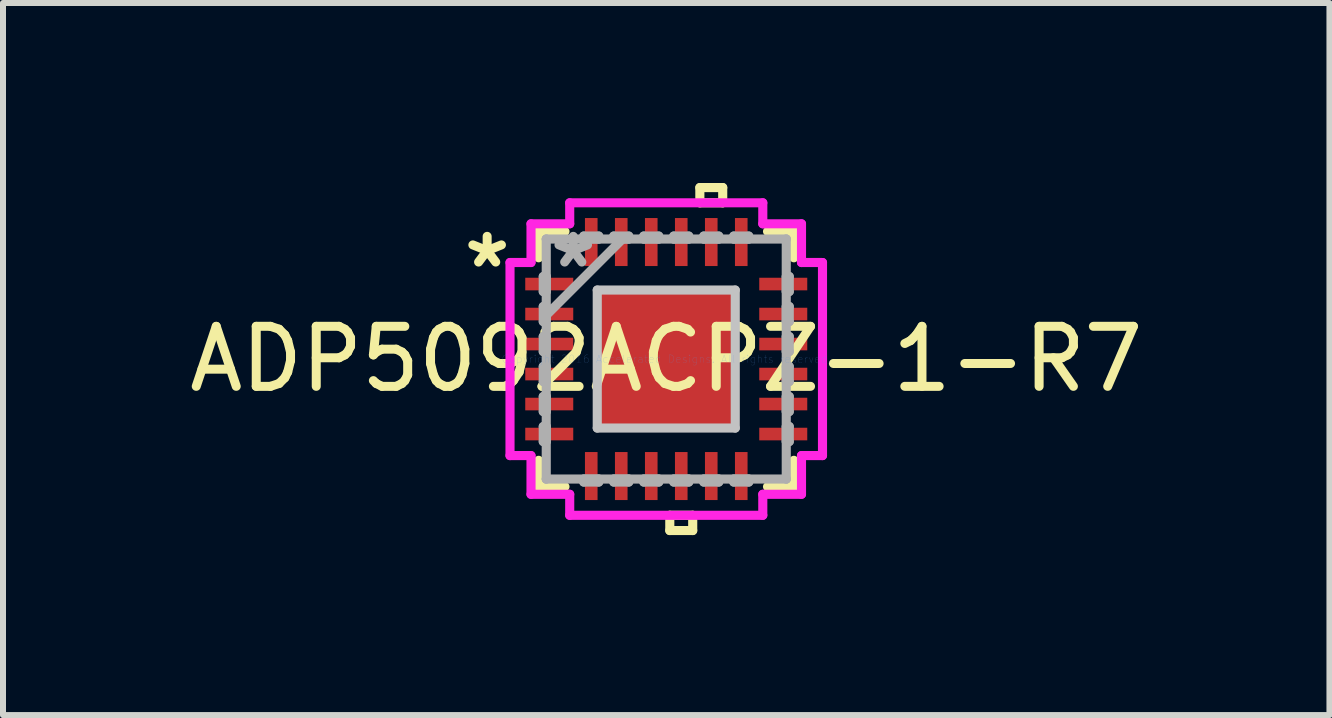
<source format=kicad_pcb>
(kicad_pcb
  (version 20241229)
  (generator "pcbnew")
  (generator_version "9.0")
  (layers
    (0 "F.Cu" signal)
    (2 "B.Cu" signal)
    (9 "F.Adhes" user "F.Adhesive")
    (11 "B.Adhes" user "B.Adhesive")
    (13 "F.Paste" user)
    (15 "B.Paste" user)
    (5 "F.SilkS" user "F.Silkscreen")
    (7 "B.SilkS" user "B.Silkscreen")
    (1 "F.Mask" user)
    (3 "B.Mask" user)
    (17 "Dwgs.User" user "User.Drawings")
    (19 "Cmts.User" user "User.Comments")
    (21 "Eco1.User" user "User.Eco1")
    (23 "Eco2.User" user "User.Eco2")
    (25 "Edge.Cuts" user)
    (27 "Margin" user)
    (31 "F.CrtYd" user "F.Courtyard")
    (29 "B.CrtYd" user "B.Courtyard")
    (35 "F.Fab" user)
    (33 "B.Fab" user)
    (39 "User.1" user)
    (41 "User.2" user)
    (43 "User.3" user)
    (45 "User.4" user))
  (footprint "ADP5092ACPZ-1-R7"
    (layer "F.Cu")
    (at 8.054 2.934)
    (property "Reference" "ADP5092ACPZ-1-R7" (at 0 0 0) (layer "F.SilkS") (effects (font (size 1 1) (thickness 0.15))))
    (attr through_hole)
    (fp_line (start -2.127 -2.127) (end -2.127 -1.688) (stroke (width 0.152) (type solid)) (layer "F.SilkS"))
    (fp_line (start -2.127 1.688) (end -2.127 2.127) (stroke (width 0.152) (type solid)) (layer "F.SilkS"))
    (fp_line (start -2.127 2.127) (end -1.688 2.127) (stroke (width 0.152) (type solid)) (layer "F.SilkS"))
    (fp_line (start -1.688 -2.127) (end -2.127 -2.127) (stroke (width 0.152) (type solid)) (layer "F.SilkS"))
    (fp_line (start 0.059 2.604) (end 0.059 2.858) (stroke (width 0.152) (type solid)) (layer "F.SilkS"))
    (fp_line (start 0.059 2.858) (end 0.441 2.858) (stroke (width 0.152) (type solid)) (layer "F.SilkS"))
    (fp_line (start 0.441 2.604) (end 0.059 2.604) (stroke (width 0.152) (type solid)) (layer "F.SilkS"))
    (fp_line (start 0.441 2.858) (end 0.441 2.604) (stroke (width 0.152) (type solid)) (layer "F.SilkS"))
    (fp_line (start 0.56 -2.858) (end 0.941 -2.858) (stroke (width 0.152) (type solid)) (layer "F.SilkS"))
    (fp_line (start 0.56 -2.604) (end 0.56 -2.858) (stroke (width 0.152) (type solid)) (layer "F.SilkS"))
    (fp_line (start 0.941 -2.858) (end 0.941 -2.604) (stroke (width 0.152) (type solid)) (layer "F.SilkS"))
    (fp_line (start 0.941 -2.604) (end 0.56 -2.604) (stroke (width 0.152) (type solid)) (layer "F.SilkS"))
    (fp_line (start 1.688 2.127) (end 2.127 2.127) (stroke (width 0.152) (type solid)) (layer "F.SilkS"))
    (fp_line (start 2.127 -2.127) (end 1.688 -2.127) (stroke (width 0.152) (type solid)) (layer "F.SilkS"))
    (fp_line (start 2.127 -1.688) (end 2.127 -2.127) (stroke (width 0.152) (type solid)) (layer "F.SilkS"))
    (fp_line (start 2.127 2.127) (end 2.127 1.688) (stroke (width 0.152) (type solid)) (layer "F.SilkS"))
    (fp_line (start -1.15 -1.15) (end -1.15 1.15) (stroke (width 0.152) (type solid)) (layer "Dwgs.User"))
    (fp_line (start -1.15 1.15) (end 1.15 1.15) (stroke (width 0.152) (type solid)) (layer "Dwgs.User"))
    (fp_line (start 1.15 -1.15) (end -1.15 -1.15) (stroke (width 0.152) (type solid)) (layer "Dwgs.User"))
    (fp_line (start 1.15 1.15) (end 1.15 -1.15) (stroke (width 0.152) (type solid)) (layer "Dwgs.User"))
    (fp_line (start -2.604 -1.609) (end -2.254 -1.609) (stroke (width 0.152) (type solid)) (layer "F.CrtYd"))
    (fp_line (start -2.604 1.609) (end -2.604 -1.609) (stroke (width 0.152) (type solid)) (layer "F.CrtYd"))
    (fp_line (start -2.254 -2.254) (end -1.609 -2.254) (stroke (width 0.152) (type solid)) (layer "F.CrtYd"))
    (fp_line (start -2.254 -1.609) (end -2.254 -2.254) (stroke (width 0.152) (type solid)) (layer "F.CrtYd"))
    (fp_line (start -2.254 1.609) (end -2.604 1.609) (stroke (width 0.152) (type solid)) (layer "F.CrtYd"))
    (fp_line (start -2.254 2.254) (end -2.254 1.609) (stroke (width 0.152) (type solid)) (layer "F.CrtYd"))
    (fp_line (start -1.609 -2.604) (end 1.609 -2.604) (stroke (width 0.152) (type solid)) (layer "F.CrtYd"))
    (fp_line (start -1.609 -2.254) (end -1.609 -2.604) (stroke (width 0.152) (type solid)) (layer "F.CrtYd"))
    (fp_line (start -1.609 2.254) (end -2.254 2.254) (stroke (width 0.152) (type solid)) (layer "F.CrtYd"))
    (fp_line (start -1.609 2.604) (end -1.609 2.254) (stroke (width 0.152) (type solid)) (layer "F.CrtYd"))
    (fp_line (start 1.609 -2.604) (end 1.609 -2.254) (stroke (width 0.152) (type solid)) (layer "F.CrtYd"))
    (fp_line (start 1.609 -2.254) (end 2.254 -2.254) (stroke (width 0.152) (type solid)) (layer "F.CrtYd"))
    (fp_line (start 1.609 2.254) (end 1.609 2.604) (stroke (width 0.152) (type solid)) (layer "F.CrtYd"))
    (fp_line (start 1.609 2.604) (end -1.609 2.604) (stroke (width 0.152) (type solid)) (layer "F.CrtYd"))
    (fp_line (start 2.254 -2.254) (end 2.254 -1.609) (stroke (width 0.152) (type solid)) (layer "F.CrtYd"))
    (fp_line (start 2.254 -1.609) (end 2.604 -1.609) (stroke (width 0.152) (type solid)) (layer "F.CrtYd"))
    (fp_line (start 2.254 1.609) (end 2.254 2.254) (stroke (width 0.152) (type solid)) (layer "F.CrtYd"))
    (fp_line (start 2.254 2.254) (end 1.609 2.254) (stroke (width 0.152) (type solid)) (layer "F.CrtYd"))
    (fp_line (start 2.604 -1.609) (end 2.604 1.609) (stroke (width 0.152) (type solid)) (layer "F.CrtYd"))
    (fp_line (start 2.604 1.609) (end 2.254 1.609) (stroke (width 0.152) (type solid)) (layer "F.CrtYd"))
    (fp_line (start -2.05 -1.375) (end -2.05 -1.125) (stroke (width 0.152) (type solid)) (layer "F.Fab"))
    (fp_line (start -2.05 -1.125) (end -2 -1.125) (stroke (width 0.152) (type solid)) (layer "F.Fab"))
    (fp_line (start -2.05 -0.875) (end -2.05 -0.625) (stroke (width 0.152) (type solid)) (layer "F.Fab"))
    (fp_line (start -2.05 -0.625) (end -2 -0.625) (stroke (width 0.152) (type solid)) (layer "F.Fab"))
    (fp_line (start -2.05 -0.375) (end -2.05 -0.125) (stroke (width 0.152) (type solid)) (layer "F.Fab"))
    (fp_line (start -2.05 -0.125) (end -2 -0.125) (stroke (width 0.152) (type solid)) (layer "F.Fab"))
    (fp_line (start -2.05 0.125) (end -2.05 0.375) (stroke (width 0.152) (type solid)) (layer "F.Fab"))
    (fp_line (start -2.05 0.375) (end -2 0.375) (stroke (width 0.152) (type solid)) (layer "F.Fab"))
    (fp_line (start -2.05 0.625) (end -2.05 0.875) (stroke (width 0.152) (type solid)) (layer "F.Fab"))
    (fp_line (start -2.05 0.875) (end -2 0.875) (stroke (width 0.152) (type solid)) (layer "F.Fab"))
    (fp_line (start -2.05 1.125) (end -2.05 1.375) (stroke (width 0.152) (type solid)) (layer "F.Fab"))
    (fp_line (start -2.05 1.375) (end -2 1.375) (stroke (width 0.152) (type solid)) (layer "F.Fab"))
    (fp_line (start -2 -2) (end -2 -2) (stroke (width 0.152) (type solid)) (layer "F.Fab"))
    (fp_line (start -2 -2) (end -2 2) (stroke (width 0.152) (type solid)) (layer "F.Fab"))
    (fp_line (start -2 -1.375) (end -2.05 -1.375) (stroke (width 0.152) (type solid)) (layer "F.Fab"))
    (fp_line (start -2 -1.125) (end -2 -1.375) (stroke (width 0.152) (type solid)) (layer "F.Fab"))
    (fp_line (start -2 -0.875) (end -2.05 -0.875) (stroke (width 0.152) (type solid)) (layer "F.Fab"))
    (fp_line (start -2 -0.73) (end -0.73 -2) (stroke (width 0.152) (type solid)) (layer "F.Fab"))
    (fp_line (start -2 -0.625) (end -2 -0.875) (stroke (width 0.152) (type solid)) (layer "F.Fab"))
    (fp_line (start -2 -0.375) (end -2.05 -0.375) (stroke (width 0.152) (type solid)) (layer "F.Fab"))
    (fp_line (start -2 -0.125) (end -2 -0.375) (stroke (width 0.152) (type solid)) (layer "F.Fab"))
    (fp_line (start -2 0.125) (end -2.05 0.125) (stroke (width 0.152) (type solid)) (layer "F.Fab"))
    (fp_line (start -2 0.375) (end -2 0.125) (stroke (width 0.152) (type solid)) (layer "F.Fab"))
    (fp_line (start -2 0.625) (end -2.05 0.625) (stroke (width 0.152) (type solid)) (layer "F.Fab"))
    (fp_line (start -2 0.875) (end -2 0.625) (stroke (width 0.152) (type solid)) (layer "F.Fab"))
    (fp_line (start -2 1.125) (end -2.05 1.125) (stroke (width 0.152) (type solid)) (layer "F.Fab"))
    (fp_line (start -2 1.375) (end -2 1.125) (stroke (width 0.152) (type solid)) (layer "F.Fab"))
    (fp_line (start -2 2) (end -2 2) (stroke (width 0.152) (type solid)) (layer "F.Fab"))
    (fp_line (start -2 2) (end 2 2) (stroke (width 0.152) (type solid)) (layer "F.Fab"))
    (fp_line (start -1.375 -2.05) (end -1.375 -2) (stroke (width 0.152) (type solid)) (layer "F.Fab"))
    (fp_line (start -1.375 -2) (end -1.125 -2) (stroke (width 0.152) (type solid)) (layer "F.Fab"))
    (fp_line (start -1.375 2) (end -1.375 2.05) (stroke (width 0.152) (type solid)) (layer "F.Fab"))
    (fp_line (start -1.375 2.05) (end -1.125 2.05) (stroke (width 0.152) (type solid)) (layer "F.Fab"))
    (fp_line (start -1.125 -2.05) (end -1.375 -2.05) (stroke (width 0.152) (type solid)) (layer "F.Fab"))
    (fp_line (start -1.125 -2) (end -1.125 -2.05) (stroke (width 0.152) (type solid)) (layer "F.Fab"))
    (fp_line (start -1.125 2) (end -1.375 2) (stroke (width 0.152) (type solid)) (layer "F.Fab"))
    (fp_line (start -1.125 2.05) (end -1.125 2) (stroke (width 0.152) (type solid)) (layer "F.Fab"))
    (fp_line (start -0.875 -2.05) (end -0.875 -2) (stroke (width 0.152) (type solid)) (layer "F.Fab"))
    (fp_line (start -0.875 -2) (end -0.625 -2) (stroke (width 0.152) (type solid)) (layer "F.Fab"))
    (fp_line (start -0.875 2) (end -0.875 2.05) (stroke (width 0.152) (type solid)) (layer "F.Fab"))
    (fp_line (start -0.875 2.05) (end -0.625 2.05) (stroke (width 0.152) (type solid)) (layer "F.Fab"))
    (fp_line (start -0.625 -2.05) (end -0.875 -2.05) (stroke (width 0.152) (type solid)) (layer "F.Fab"))
    (fp_line (start -0.625 -2) (end -0.625 -2.05) (stroke (width 0.152) (type solid)) (layer "F.Fab"))
    (fp_line (start -0.625 2) (end -0.875 2) (stroke (width 0.152) (type solid)) (layer "F.Fab"))
    (fp_line (start -0.625 2.05) (end -0.625 2) (stroke (width 0.152) (type solid)) (layer "F.Fab"))
    (fp_line (start -0.375 -2.05) (end -0.375 -2) (stroke (width 0.152) (type solid)) (layer "F.Fab"))
    (fp_line (start -0.375 -2) (end -0.125 -2) (stroke (width 0.152) (type solid)) (layer "F.Fab"))
    (fp_line (start -0.375 2) (end -0.375 2.05) (stroke (width 0.152) (type solid)) (layer "F.Fab"))
    (fp_line (start -0.375 2.05) (end -0.125 2.05) (stroke (width 0.152) (type solid)) (layer "F.Fab"))
    (fp_line (start -0.125 -2.05) (end -0.375 -2.05) (stroke (width 0.152) (type solid)) (layer "F.Fab"))
    (fp_line (start -0.125 -2) (end -0.125 -2.05) (stroke (width 0.152) (type solid)) (layer "F.Fab"))
    (fp_line (start -0.125 2) (end -0.375 2) (stroke (width 0.152) (type solid)) (layer "F.Fab"))
    (fp_line (start -0.125 2.05) (end -0.125 2) (stroke (width 0.152) (type solid)) (layer "F.Fab"))
    (fp_line (start 0.125 -2.05) (end 0.125 -2) (stroke (width 0.152) (type solid)) (layer "F.Fab"))
    (fp_line (start 0.125 -2) (end 0.375 -2) (stroke (width 0.152) (type solid)) (layer "F.Fab"))
    (fp_line (start 0.125 2) (end 0.125 2.05) (stroke (width 0.152) (type solid)) (layer "F.Fab"))
    (fp_line (start 0.125 2.05) (end 0.375 2.05) (stroke (width 0.152) (type solid)) (layer "F.Fab"))
    (fp_line (start 0.375 -2.05) (end 0.125 -2.05) (stroke (width 0.152) (type solid)) (layer "F.Fab"))
    (fp_line (start 0.375 -2) (end 0.375 -2.05) (stroke (width 0.152) (type solid)) (layer "F.Fab"))
    (fp_line (start 0.375 2) (end 0.125 2) (stroke (width 0.152) (type solid)) (layer "F.Fab"))
    (fp_line (start 0.375 2.05) (end 0.375 2) (stroke (width 0.152) (type solid)) (layer "F.Fab"))
    (fp_line (start 0.625 -2.05) (end 0.625 -2) (stroke (width 0.152) (type solid)) (layer "F.Fab"))
    (fp_line (start 0.625 -2) (end 0.875 -2) (stroke (width 0.152) (type solid)) (layer "F.Fab"))
    (fp_line (start 0.625 2) (end 0.625 2.05) (stroke (width 0.152) (type solid)) (layer "F.Fab"))
    (fp_line (start 0.625 2.05) (end 0.875 2.05) (stroke (width 0.152) (type solid)) (layer "F.Fab"))
    (fp_line (start 0.875 -2.05) (end 0.625 -2.05) (stroke (width 0.152) (type solid)) (layer "F.Fab"))
    (fp_line (start 0.875 -2) (end 0.875 -2.05) (stroke (width 0.152) (type solid)) (layer "F.Fab"))
    (fp_line (start 0.875 2) (end 0.625 2) (stroke (width 0.152) (type solid)) (layer "F.Fab"))
    (fp_line (start 0.875 2.05) (end 0.875 2) (stroke (width 0.152) (type solid)) (layer "F.Fab"))
    (fp_line (start 1.125 -2.05) (end 1.125 -2) (stroke (width 0.152) (type solid)) (layer "F.Fab"))
    (fp_line (start 1.125 -2) (end 1.375 -2) (stroke (width 0.152) (type solid)) (layer "F.Fab"))
    (fp_line (start 1.125 2) (end 1.125 2.05) (stroke (width 0.152) (type solid)) (layer "F.Fab"))
    (fp_line (start 1.125 2.05) (end 1.375 2.05) (stroke (width 0.152) (type solid)) (layer "F.Fab"))
    (fp_line (start 1.375 -2.05) (end 1.125 -2.05) (stroke (width 0.152) (type solid)) (layer "F.Fab"))
    (fp_line (start 1.375 -2) (end 1.375 -2.05) (stroke (width 0.152) (type solid)) (layer "F.Fab"))
    (fp_line (start 1.375 2) (end 1.125 2) (stroke (width 0.152) (type solid)) (layer "F.Fab"))
    (fp_line (start 1.375 2.05) (end 1.375 2) (stroke (width 0.152) (type solid)) (layer "F.Fab"))
    (fp_line (start 2 -2) (end -2 -2) (stroke (width 0.152) (type solid)) (layer "F.Fab"))
    (fp_line (start 2 -2) (end 2 -2) (stroke (width 0.152) (type solid)) (layer "F.Fab"))
    (fp_line (start 2 -1.375) (end 2 -1.125) (stroke (width 0.152) (type solid)) (layer "F.Fab"))
    (fp_line (start 2 -1.125) (end 2.05 -1.125) (stroke (width 0.152) (type solid)) (layer "F.Fab"))
    (fp_line (start 2 -0.875) (end 2 -0.625) (stroke (width 0.152) (type solid)) (layer "F.Fab"))
    (fp_line (start 2 -0.625) (end 2.05 -0.625) (stroke (width 0.152) (type solid)) (layer "F.Fab"))
    (fp_line (start 2 -0.375) (end 2 -0.125) (stroke (width 0.152) (type solid)) (layer "F.Fab"))
    (fp_line (start 2 -0.125) (end 2.05 -0.125) (stroke (width 0.152) (type solid)) (layer "F.Fab"))
    (fp_line (start 2 0.125) (end 2 0.375) (stroke (width 0.152) (type solid)) (layer "F.Fab"))
    (fp_line (start 2 0.375) (end 2.05 0.375) (stroke (width 0.152) (type solid)) (layer "F.Fab"))
    (fp_line (start 2 0.625) (end 2 0.875) (stroke (width 0.152) (type solid)) (layer "F.Fab"))
    (fp_line (start 2 0.875) (end 2.05 0.875) (stroke (width 0.152) (type solid)) (layer "F.Fab"))
    (fp_line (start 2 1.125) (end 2 1.375) (stroke (width 0.152) (type solid)) (layer "F.Fab"))
    (fp_line (start 2 1.375) (end 2.05 1.375) (stroke (width 0.152) (type solid)) (layer "F.Fab"))
    (fp_line (start 2 2) (end 2 -2) (stroke (width 0.152) (type solid)) (layer "F.Fab"))
    (fp_line (start 2 2) (end 2 2) (stroke (width 0.152) (type solid)) (layer "F.Fab"))
    (fp_line (start 2.05 -1.375) (end 2 -1.375) (stroke (width 0.152) (type solid)) (layer "F.Fab"))
    (fp_line (start 2.05 -1.125) (end 2.05 -1.375) (stroke (width 0.152) (type solid)) (layer "F.Fab"))
    (fp_line (start 2.05 -0.875) (end 2 -0.875) (stroke (width 0.152) (type solid)) (layer "F.Fab"))
    (fp_line (start 2.05 -0.625) (end 2.05 -0.875) (stroke (width 0.152) (type solid)) (layer "F.Fab"))
    (fp_line (start 2.05 -0.375) (end 2 -0.375) (stroke (width 0.152) (type solid)) (layer "F.Fab"))
    (fp_line (start 2.05 -0.125) (end 2.05 -0.375) (stroke (width 0.152) (type solid)) (layer "F.Fab"))
    (fp_line (start 2.05 0.125) (end 2 0.125) (stroke (width 0.152) (type solid)) (layer "F.Fab"))
    (fp_line (start 2.05 0.375) (end 2.05 0.125) (stroke (width 0.152) (type solid)) (layer "F.Fab"))
    (fp_line (start 2.05 0.625) (end 2 0.625) (stroke (width 0.152) (type solid)) (layer "F.Fab"))
    (fp_line (start 2.05 0.875) (end 2.05 0.625) (stroke (width 0.152) (type solid)) (layer "F.Fab"))
    (fp_line (start 2.05 1.125) (end 2 1.125) (stroke (width 0.152) (type solid)) (layer "F.Fab"))
    (fp_line (start 2.05 1.375) (end 2.05 1.125) (stroke (width 0.152) (type solid)) (layer "F.Fab"))
    (fp_text user "*" (at -2.985 -1.5 0) (layer "F.SilkS") (effects (font (size 1 1) (thickness 0.15))))
    (fp_text user "Copyright 2016 Accelerated Designs. All rights reserved." (at 0 0 0) (layer "Cmts.User") (effects (font (size 0.127 0.127) (thickness 0.002))))
    (fp_text user "*" (at -1.55 -1.5 0) (layer "F.Fab") (effects (font (size 1 1) (thickness 0.15))))
    (pad "1" smd rect (at -1.95 -1.25 90) (size 0.21 0.8) (layers "F.Cu" "F.Mask" "F.Paste"))
    (pad "2" smd rect (at -1.95 -0.75 90) (size 0.21 0.8) (layers "F.Cu" "F.Mask" "F.Paste"))
    (pad "3" smd rect (at -1.95 -0.25 90) (size 0.21 0.8) (layers "F.Cu" "F.Mask" "F.Paste"))
    (pad "4" smd rect (at -1.95 0.25 90) (size 0.21 0.8) (layers "F.Cu" "F.Mask" "F.Paste"))
    (pad "5" smd rect (at -1.95 0.75 90) (size 0.21 0.8) (layers "F.Cu" "F.Mask" "F.Paste"))
    (pad "6" smd rect (at -1.95 1.25 90) (size 0.21 0.8) (layers "F.Cu" "F.Mask" "F.Paste"))
    (pad "7" smd rect (at -1.25 1.95) (size 0.21 0.8) (layers "F.Cu" "F.Mask" "F.Paste"))
    (pad "8" smd rect (at -0.75 1.95) (size 0.21 0.8) (layers "F.Cu" "F.Mask" "F.Paste"))
    (pad "9" smd rect (at -0.25 1.95) (size 0.21 0.8) (layers "F.Cu" "F.Mask" "F.Paste"))
    (pad "10" smd rect (at 0.25 1.95) (size 0.21 0.8) (layers "F.Cu" "F.Mask" "F.Paste"))
    (pad "11" smd rect (at 0.75 1.95) (size 0.21 0.8) (layers "F.Cu" "F.Mask" "F.Paste"))
    (pad "12" smd rect (at 1.25 1.95) (size 0.21 0.8) (layers "F.Cu" "F.Mask" "F.Paste"))
    (pad "13" smd rect (at 1.95 1.25 90) (size 0.21 0.8) (layers "F.Cu" "F.Mask" "F.Paste"))
    (pad "14" smd rect (at 1.95 0.75 90) (size 0.21 0.8) (layers "F.Cu" "F.Mask" "F.Paste"))
    (pad "15" smd rect (at 1.95 0.25 90) (size 0.21 0.8) (layers "F.Cu" "F.Mask" "F.Paste"))
    (pad "16" smd rect (at 1.95 -0.25 90) (size 0.21 0.8) (layers "F.Cu" "F.Mask" "F.Paste"))
    (pad "17" smd rect (at 1.95 -0.75 90) (size 0.21 0.8) (layers "F.Cu" "F.Mask" "F.Paste"))
    (pad "18" smd rect (at 1.95 -1.25 90) (size 0.21 0.8) (layers "F.Cu" "F.Mask" "F.Paste"))
    (pad "19" smd rect (at 1.25 -1.95) (size 0.21 0.8) (layers "F.Cu" "F.Mask" "F.Paste"))
    (pad "20" smd rect (at 0.75 -1.95) (size 0.21 0.8) (layers "F.Cu" "F.Mask" "F.Paste"))
    (pad "21" smd rect (at 0.25 -1.95) (size 0.21 0.8) (layers "F.Cu" "F.Mask" "F.Paste"))
    (pad "22" smd rect (at -0.25 -1.95) (size 0.21 0.8) (layers "F.Cu" "F.Mask" "F.Paste"))
    (pad "23" smd rect (at -0.75 -1.95) (size 0.21 0.8) (layers "F.Cu" "F.Mask" "F.Paste"))
    (pad "24" smd rect (at -1.25 -1.95) (size 0.21 0.8) (layers "F.Cu" "F.Mask" "F.Paste"))
    (pad "25" smd rect (at 0 0) (size 2.3 2.3) (layers "F.Cu" "F.Mask" "F.Paste")))
  (gr_rect
    (start -3 -3)
    (end 19.107 8.868)
    (stroke (width 0.1) (type default))
    (fill no)
    (layer "Edge.Cuts")))
</source>
